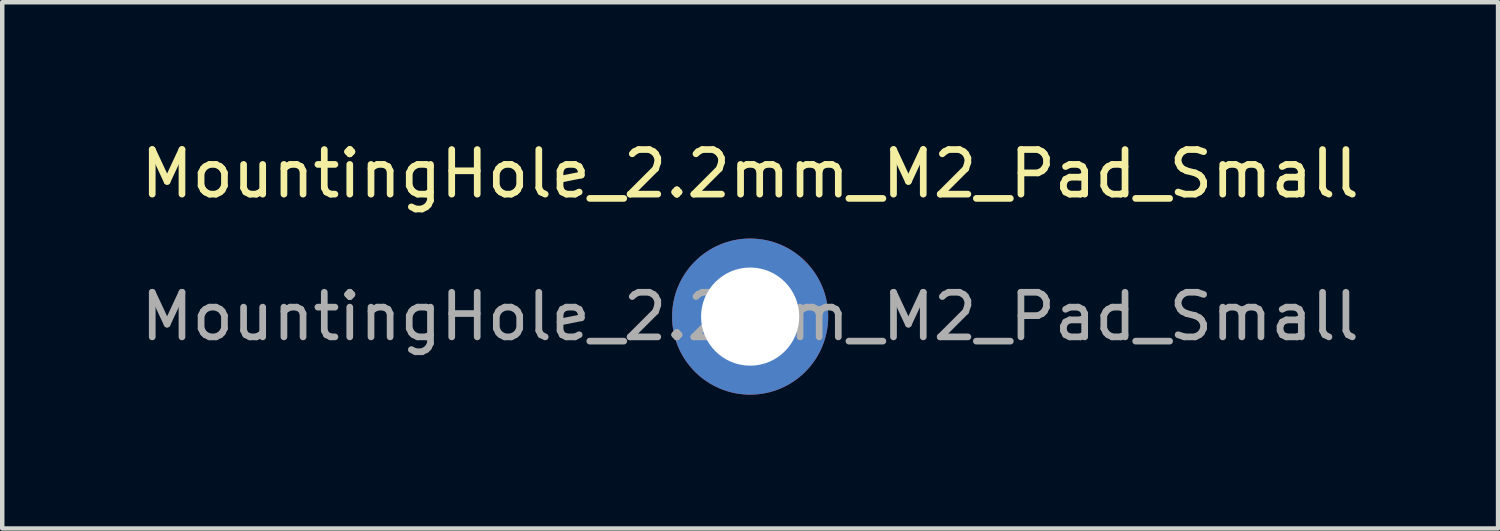
<source format=kicad_pcb>
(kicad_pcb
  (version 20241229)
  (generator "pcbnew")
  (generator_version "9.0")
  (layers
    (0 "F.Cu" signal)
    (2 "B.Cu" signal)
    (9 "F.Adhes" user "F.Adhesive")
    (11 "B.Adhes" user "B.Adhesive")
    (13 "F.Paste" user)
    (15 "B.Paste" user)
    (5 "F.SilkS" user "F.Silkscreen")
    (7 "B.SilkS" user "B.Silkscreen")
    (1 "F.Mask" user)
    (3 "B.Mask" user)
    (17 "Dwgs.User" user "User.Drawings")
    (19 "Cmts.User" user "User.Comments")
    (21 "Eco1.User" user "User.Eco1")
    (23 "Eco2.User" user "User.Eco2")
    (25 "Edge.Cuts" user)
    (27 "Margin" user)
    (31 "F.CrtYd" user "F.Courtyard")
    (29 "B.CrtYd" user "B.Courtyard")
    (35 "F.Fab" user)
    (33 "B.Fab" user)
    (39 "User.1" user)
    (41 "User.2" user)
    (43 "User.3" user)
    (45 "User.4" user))
  (footprint "MountingHole_2.2mm_M2_Pad_Small"
    (layer "F.Cu")
    (at 13.768 4.048)
    (property "Reference" "MountingHole_2.2mm_M2_Pad_Small" (at 0 -3.2 0) (layer "F.SilkS") (effects (font (size 1 1) (thickness 0.15))))
    (attr exclude_from_pos_files exclude_from_bom)
    (fp_text user "${REFERENCE}" (at 0 0 0) (layer "F.Fab") (effects (font (size 1 1) (thickness 0.15))))
    (pad "1" thru_hole circle (at 0 0) (size 3.5 3.5) (drill 2.2) (layers "*.Cu" "*.Mask")))
  (gr_rect
    (start -3 -3)
    (end 30.536 8.798)
    (stroke (width 0.1) (type default))
    (fill no)
    (layer "Edge.Cuts")))
</source>
